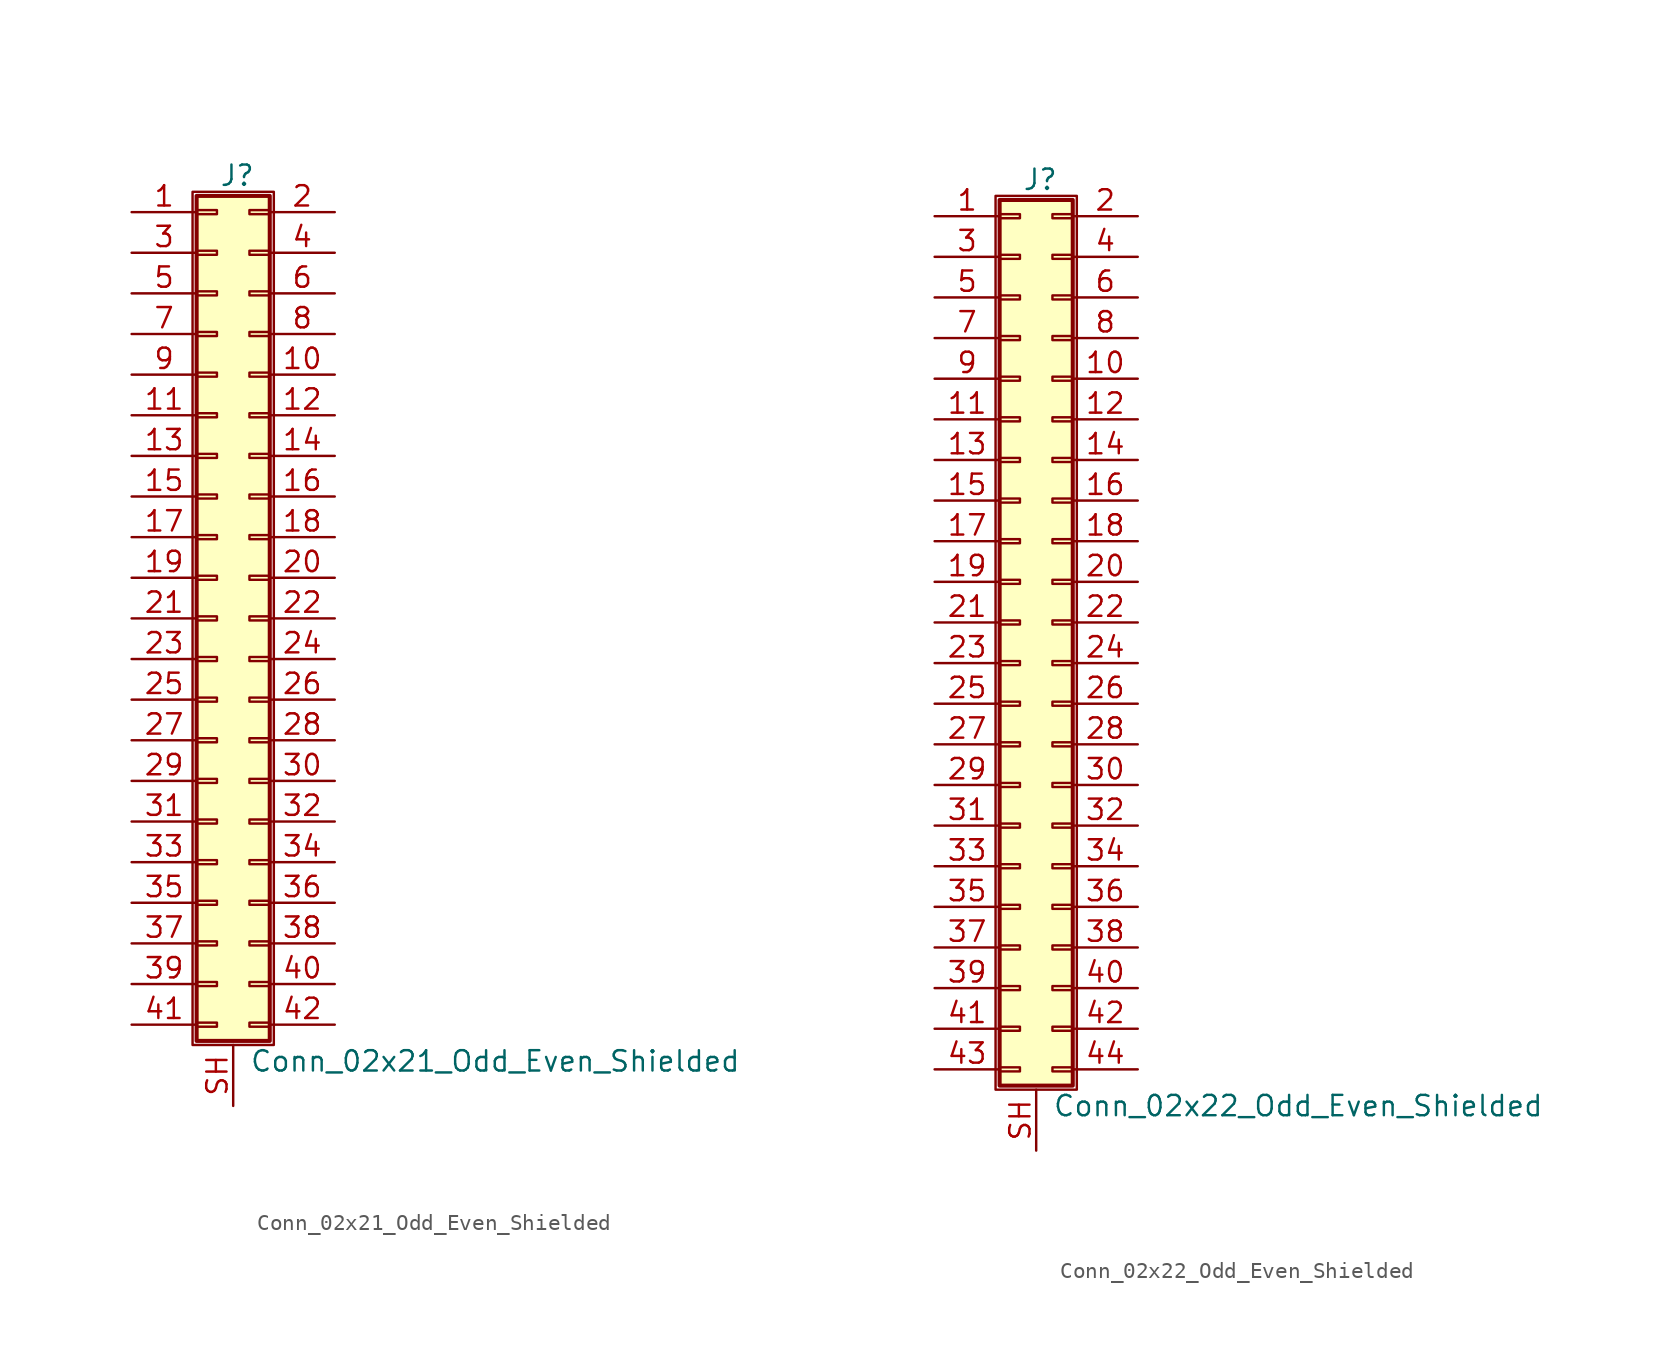
<source format=kicad_sym>
(kicad_symbol_lib
  (version 20201005)
  (generator kicad_symbol_editor)
  (symbol "Conn_02x21_Odd_Even_Shielded"
    (pin_names
      (offset 1.016) hide)
    (property "Reference" "J"
      (at 1.524 27.686 0)
      (effects (font (size 1.27 1.27))))
    (property "Value" "Conn_02x21_Odd_Even_Shielded"
      (at 2.286 -27.686 0)
      (effects (font (size 1.27 1.27)) (justify left)))
    (symbol "Conn_02x21_Odd_Even_Shielded_1_1"
      (rectangle (start -1.27 26.67) (end 3.81 -26.67) (stroke (width 0.152)) (fill (type none)))
      (rectangle (start -1.016 -25.273) (end 0.254 -25.527) (stroke (width 0.152)) (fill (type none)))
      (rectangle (start -1.016 -22.733) (end 0.254 -22.987) (stroke (width 0.152)) (fill (type none)))
      (rectangle (start -1.016 -20.193) (end 0.254 -20.447) (stroke (width 0.152)) (fill (type none)))
      (rectangle (start -1.016 -17.653) (end 0.254 -17.907) (stroke (width 0.152)) (fill (type none)))
      (rectangle (start -1.016 -15.113) (end 0.254 -15.367) (stroke (width 0.152)) (fill (type none)))
      (rectangle (start -1.016 -12.573) (end 0.254 -12.827) (stroke (width 0.152)) (fill (type none)))
      (rectangle (start -1.016 -10.033) (end 0.254 -10.287) (stroke (width 0.152)) (fill (type none)))
      (rectangle (start -1.016 -7.493) (end 0.254 -7.747) (stroke (width 0.152)) (fill (type none)))
      (rectangle (start -1.016 -4.953) (end 0.254 -5.207) (stroke (width 0.152)) (fill (type none)))
      (rectangle (start -1.016 -2.413) (end 0.254 -2.667) (stroke (width 0.152)) (fill (type none)))
      (rectangle (start -1.016 0.127) (end 0.254 -0.127) (stroke (width 0.152)) (fill (type none)))
      (rectangle (start -1.016 2.667) (end 0.254 2.413) (stroke (width 0.152)) (fill (type none)))
      (rectangle (start -1.016 5.207) (end 0.254 4.953) (stroke (width 0.152)) (fill (type none)))
      (rectangle (start -1.016 7.747) (end 0.254 7.493) (stroke (width 0.152)) (fill (type none)))
      (rectangle (start -1.016 10.287) (end 0.254 10.033) (stroke (width 0.152)) (fill (type none)))
      (rectangle (start -1.016 12.827) (end 0.254 12.573) (stroke (width 0.152)) (fill (type none)))
      (rectangle (start -1.016 15.367) (end 0.254 15.113) (stroke (width 0.152)) (fill (type none)))
      (rectangle (start -1.016 17.907) (end 0.254 17.653) (stroke (width 0.152)) (fill (type none)))
      (rectangle (start -1.016 20.447) (end 0.254 20.193) (stroke (width 0.152)) (fill (type none)))
      (rectangle (start -1.016 22.987) (end 0.254 22.733) (stroke (width 0.152)) (fill (type none)))
      (rectangle (start -1.016 25.527) (end 0.254 25.273) (stroke (width 0.152)) (fill (type none)))
      (rectangle (start 3.556 -25.273) (end 2.286 -25.527) (stroke (width 0.152)) (fill (type none)))
      (rectangle (start 3.556 -22.733) (end 2.286 -22.987) (stroke (width 0.152)) (fill (type none)))
      (rectangle (start 3.556 -20.193) (end 2.286 -20.447) (stroke (width 0.152)) (fill (type none)))
      (rectangle (start 3.556 -17.653) (end 2.286 -17.907) (stroke (width 0.152)) (fill (type none)))
      (rectangle (start 3.556 -15.113) (end 2.286 -15.367) (stroke (width 0.152)) (fill (type none)))
      (rectangle (start 3.556 -12.573) (end 2.286 -12.827) (stroke (width 0.152)) (fill (type none)))
      (rectangle (start 3.556 -10.033) (end 2.286 -10.287) (stroke (width 0.152)) (fill (type none)))
      (rectangle (start 3.556 -7.493) (end 2.286 -7.747) (stroke (width 0.152)) (fill (type none)))
      (rectangle (start 3.556 -4.953) (end 2.286 -5.207) (stroke (width 0.152)) (fill (type none)))
      (rectangle (start 3.556 -2.413) (end 2.286 -2.667) (stroke (width 0.152)) (fill (type none)))
      (rectangle (start 3.556 0.127) (end 2.286 -0.127) (stroke (width 0.152)) (fill (type none)))
      (rectangle (start 3.556 2.667) (end 2.286 2.413) (stroke (width 0.152)) (fill (type none)))
      (rectangle (start 3.556 5.207) (end 2.286 4.953) (stroke (width 0.152)) (fill (type none)))
      (rectangle (start 3.556 7.747) (end 2.286 7.493) (stroke (width 0.152)) (fill (type none)))
      (rectangle (start 3.556 10.287) (end 2.286 10.033) (stroke (width 0.152)) (fill (type none)))
      (rectangle (start 3.556 12.827) (end 2.286 12.573) (stroke (width 0.152)) (fill (type none)))
      (rectangle (start 3.556 15.367) (end 2.286 15.113) (stroke (width 0.152)) (fill (type none)))
      (rectangle (start 3.556 17.907) (end 2.286 17.653) (stroke (width 0.152)) (fill (type none)))
      (rectangle (start 3.556 20.447) (end 2.286 20.193) (stroke (width 0.152)) (fill (type none)))
      (rectangle (start 3.556 22.987) (end 2.286 22.733) (stroke (width 0.152)) (fill (type none)))
      (rectangle (start 3.556 25.527) (end 2.286 25.273) (stroke (width 0.152)) (fill (type none)))
      (rectangle (start -1.016 26.416) (end 3.556 -26.416) (stroke (width 0.254)) (fill (type background)))
      (pin passive line (at -5.08 25.4 0) (length 4.064) (name "Pin_1" (effects (font (size 1.27 1.27)))) (number "1" (effects (font (size 1.27 1.27)))))
      (pin passive line (at 7.62 15.24 180) (length 4.064) (name "Pin_10" (effects (font (size 1.27 1.27)))) (number "10" (effects (font (size 1.27 1.27)))))
      (pin passive line (at -5.08 12.7 0) (length 4.064) (name "Pin_11" (effects (font (size 1.27 1.27)))) (number "11" (effects (font (size 1.27 1.27)))))
      (pin passive line (at 7.62 12.7 180) (length 4.064) (name "Pin_12" (effects (font (size 1.27 1.27)))) (number "12" (effects (font (size 1.27 1.27)))))
      (pin passive line (at -5.08 10.16 0) (length 4.064) (name "Pin_13" (effects (font (size 1.27 1.27)))) (number "13" (effects (font (size 1.27 1.27)))))
      (pin passive line (at 7.62 10.16 180) (length 4.064) (name "Pin_14" (effects (font (size 1.27 1.27)))) (number "14" (effects (font (size 1.27 1.27)))))
      (pin passive line (at -5.08 7.62 0) (length 4.064) (name "Pin_15" (effects (font (size 1.27 1.27)))) (number "15" (effects (font (size 1.27 1.27)))))
      (pin passive line (at 7.62 7.62 180) (length 4.064) (name "Pin_16" (effects (font (size 1.27 1.27)))) (number "16" (effects (font (size 1.27 1.27)))))
      (pin passive line (at -5.08 5.08 0) (length 4.064) (name "Pin_17" (effects (font (size 1.27 1.27)))) (number "17" (effects (font (size 1.27 1.27)))))
      (pin passive line (at 7.62 5.08 180) (length 4.064) (name "Pin_18" (effects (font (size 1.27 1.27)))) (number "18" (effects (font (size 1.27 1.27)))))
      (pin passive line (at -5.08 2.54 0) (length 4.064) (name "Pin_19" (effects (font (size 1.27 1.27)))) (number "19" (effects (font (size 1.27 1.27)))))
      (pin passive line (at 7.62 25.4 180) (length 4.064) (name "Pin_2" (effects (font (size 1.27 1.27)))) (number "2" (effects (font (size 1.27 1.27)))))
      (pin passive line (at 7.62 2.54 180) (length 4.064) (name "Pin_20" (effects (font (size 1.27 1.27)))) (number "20" (effects (font (size 1.27 1.27)))))
      (pin passive line (at -5.08 0 0) (length 4.064) (name "Pin_21" (effects (font (size 1.27 1.27)))) (number "21" (effects (font (size 1.27 1.27)))))
      (pin passive line (at 7.62 0 180) (length 4.064) (name "Pin_22" (effects (font (size 1.27 1.27)))) (number "22" (effects (font (size 1.27 1.27)))))
      (pin passive line (at -5.08 -2.54 0) (length 4.064) (name "Pin_23" (effects (font (size 1.27 1.27)))) (number "23" (effects (font (size 1.27 1.27)))))
      (pin passive line (at 7.62 -2.54 180) (length 4.064) (name "Pin_24" (effects (font (size 1.27 1.27)))) (number "24" (effects (font (size 1.27 1.27)))))
      (pin passive line (at -5.08 -5.08 0) (length 4.064) (name "Pin_25" (effects (font (size 1.27 1.27)))) (number "25" (effects (font (size 1.27 1.27)))))
      (pin passive line (at 7.62 -5.08 180) (length 4.064) (name "Pin_26" (effects (font (size 1.27 1.27)))) (number "26" (effects (font (size 1.27 1.27)))))
      (pin passive line (at -5.08 -7.62 0) (length 4.064) (name "Pin_27" (effects (font (size 1.27 1.27)))) (number "27" (effects (font (size 1.27 1.27)))))
      (pin passive line (at 7.62 -7.62 180) (length 4.064) (name "Pin_28" (effects (font (size 1.27 1.27)))) (number "28" (effects (font (size 1.27 1.27)))))
      (pin passive line (at -5.08 -10.16 0) (length 4.064) (name "Pin_29" (effects (font (size 1.27 1.27)))) (number "29" (effects (font (size 1.27 1.27)))))
      (pin passive line (at -5.08 22.86 0) (length 4.064) (name "Pin_3" (effects (font (size 1.27 1.27)))) (number "3" (effects (font (size 1.27 1.27)))))
      (pin passive line (at 7.62 -10.16 180) (length 4.064) (name "Pin_30" (effects (font (size 1.27 1.27)))) (number "30" (effects (font (size 1.27 1.27)))))
      (pin passive line (at -5.08 -12.7 0) (length 4.064) (name "Pin_31" (effects (font (size 1.27 1.27)))) (number "31" (effects (font (size 1.27 1.27)))))
      (pin passive line (at 7.62 -12.7 180) (length 4.064) (name "Pin_32" (effects (font (size 1.27 1.27)))) (number "32" (effects (font (size 1.27 1.27)))))
      (pin passive line (at -5.08 -15.24 0) (length 4.064) (name "Pin_33" (effects (font (size 1.27 1.27)))) (number "33" (effects (font (size 1.27 1.27)))))
      (pin passive line (at 7.62 -15.24 180) (length 4.064) (name "Pin_34" (effects (font (size 1.27 1.27)))) (number "34" (effects (font (size 1.27 1.27)))))
      (pin passive line (at -5.08 -17.78 0) (length 4.064) (name "Pin_35" (effects (font (size 1.27 1.27)))) (number "35" (effects (font (size 1.27 1.27)))))
      (pin passive line (at 7.62 -17.78 180) (length 4.064) (name "Pin_36" (effects (font (size 1.27 1.27)))) (number "36" (effects (font (size 1.27 1.27)))))
      (pin passive line (at -5.08 -20.32 0) (length 4.064) (name "Pin_37" (effects (font (size 1.27 1.27)))) (number "37" (effects (font (size 1.27 1.27)))))
      (pin passive line (at 7.62 -20.32 180) (length 4.064) (name "Pin_38" (effects (font (size 1.27 1.27)))) (number "38" (effects (font (size 1.27 1.27)))))
      (pin passive line (at -5.08 -22.86 0) (length 4.064) (name "Pin_39" (effects (font (size 1.27 1.27)))) (number "39" (effects (font (size 1.27 1.27)))))
      (pin passive line (at 7.62 22.86 180) (length 4.064) (name "Pin_4" (effects (font (size 1.27 1.27)))) (number "4" (effects (font (size 1.27 1.27)))))
      (pin passive line (at 7.62 -22.86 180) (length 4.064) (name "Pin_40" (effects (font (size 1.27 1.27)))) (number "40" (effects (font (size 1.27 1.27)))))
      (pin passive line (at -5.08 -25.4 0) (length 4.064) (name "Pin_41" (effects (font (size 1.27 1.27)))) (number "41" (effects (font (size 1.27 1.27)))))
      (pin passive line (at 7.62 -25.4 180) (length 4.064) (name "Pin_42" (effects (font (size 1.27 1.27)))) (number "42" (effects (font (size 1.27 1.27)))))
      (pin passive line (at -5.08 20.32 0) (length 4.064) (name "Pin_5" (effects (font (size 1.27 1.27)))) (number "5" (effects (font (size 1.27 1.27)))))
      (pin passive line (at 7.62 20.32 180) (length 4.064) (name "Pin_6" (effects (font (size 1.27 1.27)))) (number "6" (effects (font (size 1.27 1.27)))))
      (pin passive line (at -5.08 17.78 0) (length 4.064) (name "Pin_7" (effects (font (size 1.27 1.27)))) (number "7" (effects (font (size 1.27 1.27)))))
      (pin passive line (at 7.62 17.78 180) (length 4.064) (name "Pin_8" (effects (font (size 1.27 1.27)))) (number "8" (effects (font (size 1.27 1.27)))))
      (pin passive line (at -5.08 15.24 0) (length 4.064) (name "Pin_9" (effects (font (size 1.27 1.27)))) (number "9" (effects (font (size 1.27 1.27)))))
      (pin passive line (at 1.27 -30.48 90) (length 3.81) (name "Shield" (effects (font (size 1.27 1.27)))) (number "SH" (effects (font (size 1.27 1.27)))))))
  (symbol "Conn_02x22_Odd_Even_Shielded"
    (pin_names
      (offset 1.016) hide)
    (property "Reference" "J"
      (at 1.524 27.686 0)
      (effects (font (size 1.27 1.27))))
    (property "Value" "Conn_02x22_Odd_Even_Shielded"
      (at 2.286 -30.226 0)
      (effects (font (size 1.27 1.27)) (justify left)))
    (symbol "Conn_02x22_Odd_Even_Shielded_1_1"
      (rectangle (start -1.27 26.67) (end 3.81 -29.21) (stroke (width 0.152)) (fill (type none)))
      (rectangle (start -1.016 -27.813) (end 0.254 -28.067) (stroke (width 0.152)) (fill (type none)))
      (rectangle (start -1.016 -25.273) (end 0.254 -25.527) (stroke (width 0.152)) (fill (type none)))
      (rectangle (start -1.016 -22.733) (end 0.254 -22.987) (stroke (width 0.152)) (fill (type none)))
      (rectangle (start -1.016 -20.193) (end 0.254 -20.447) (stroke (width 0.152)) (fill (type none)))
      (rectangle (start -1.016 -17.653) (end 0.254 -17.907) (stroke (width 0.152)) (fill (type none)))
      (rectangle (start -1.016 -15.113) (end 0.254 -15.367) (stroke (width 0.152)) (fill (type none)))
      (rectangle (start -1.016 -12.573) (end 0.254 -12.827) (stroke (width 0.152)) (fill (type none)))
      (rectangle (start -1.016 -10.033) (end 0.254 -10.287) (stroke (width 0.152)) (fill (type none)))
      (rectangle (start -1.016 -7.493) (end 0.254 -7.747) (stroke (width 0.152)) (fill (type none)))
      (rectangle (start -1.016 -4.953) (end 0.254 -5.207) (stroke (width 0.152)) (fill (type none)))
      (rectangle (start -1.016 -2.413) (end 0.254 -2.667) (stroke (width 0.152)) (fill (type none)))
      (rectangle (start -1.016 0.127) (end 0.254 -0.127) (stroke (width 0.152)) (fill (type none)))
      (rectangle (start -1.016 2.667) (end 0.254 2.413) (stroke (width 0.152)) (fill (type none)))
      (rectangle (start -1.016 5.207) (end 0.254 4.953) (stroke (width 0.152)) (fill (type none)))
      (rectangle (start -1.016 7.747) (end 0.254 7.493) (stroke (width 0.152)) (fill (type none)))
      (rectangle (start -1.016 10.287) (end 0.254 10.033) (stroke (width 0.152)) (fill (type none)))
      (rectangle (start -1.016 12.827) (end 0.254 12.573) (stroke (width 0.152)) (fill (type none)))
      (rectangle (start -1.016 15.367) (end 0.254 15.113) (stroke (width 0.152)) (fill (type none)))
      (rectangle (start -1.016 17.907) (end 0.254 17.653) (stroke (width 0.152)) (fill (type none)))
      (rectangle (start -1.016 20.447) (end 0.254 20.193) (stroke (width 0.152)) (fill (type none)))
      (rectangle (start -1.016 22.987) (end 0.254 22.733) (stroke (width 0.152)) (fill (type none)))
      (rectangle (start -1.016 25.527) (end 0.254 25.273) (stroke (width 0.152)) (fill (type none)))
      (rectangle (start 3.556 -27.813) (end 2.286 -28.067) (stroke (width 0.152)) (fill (type none)))
      (rectangle (start 3.556 -25.273) (end 2.286 -25.527) (stroke (width 0.152)) (fill (type none)))
      (rectangle (start 3.556 -22.733) (end 2.286 -22.987) (stroke (width 0.152)) (fill (type none)))
      (rectangle (start 3.556 -20.193) (end 2.286 -20.447) (stroke (width 0.152)) (fill (type none)))
      (rectangle (start 3.556 -17.653) (end 2.286 -17.907) (stroke (width 0.152)) (fill (type none)))
      (rectangle (start 3.556 -15.113) (end 2.286 -15.367) (stroke (width 0.152)) (fill (type none)))
      (rectangle (start 3.556 -12.573) (end 2.286 -12.827) (stroke (width 0.152)) (fill (type none)))
      (rectangle (start 3.556 -10.033) (end 2.286 -10.287) (stroke (width 0.152)) (fill (type none)))
      (rectangle (start 3.556 -7.493) (end 2.286 -7.747) (stroke (width 0.152)) (fill (type none)))
      (rectangle (start 3.556 -4.953) (end 2.286 -5.207) (stroke (width 0.152)) (fill (type none)))
      (rectangle (start 3.556 -2.413) (end 2.286 -2.667) (stroke (width 0.152)) (fill (type none)))
      (rectangle (start 3.556 0.127) (end 2.286 -0.127) (stroke (width 0.152)) (fill (type none)))
      (rectangle (start 3.556 2.667) (end 2.286 2.413) (stroke (width 0.152)) (fill (type none)))
      (rectangle (start 3.556 5.207) (end 2.286 4.953) (stroke (width 0.152)) (fill (type none)))
      (rectangle (start 3.556 7.747) (end 2.286 7.493) (stroke (width 0.152)) (fill (type none)))
      (rectangle (start 3.556 10.287) (end 2.286 10.033) (stroke (width 0.152)) (fill (type none)))
      (rectangle (start 3.556 12.827) (end 2.286 12.573) (stroke (width 0.152)) (fill (type none)))
      (rectangle (start 3.556 15.367) (end 2.286 15.113) (stroke (width 0.152)) (fill (type none)))
      (rectangle (start 3.556 17.907) (end 2.286 17.653) (stroke (width 0.152)) (fill (type none)))
      (rectangle (start 3.556 20.447) (end 2.286 20.193) (stroke (width 0.152)) (fill (type none)))
      (rectangle (start 3.556 22.987) (end 2.286 22.733) (stroke (width 0.152)) (fill (type none)))
      (rectangle (start 3.556 25.527) (end 2.286 25.273) (stroke (width 0.152)) (fill (type none)))
      (rectangle (start -1.016 26.416) (end 3.556 -28.956) (stroke (width 0.254)) (fill (type background)))
      (pin passive line (at -5.08 25.4 0) (length 4.064) (name "Pin_1" (effects (font (size 1.27 1.27)))) (number "1" (effects (font (size 1.27 1.27)))))
      (pin passive line (at 7.62 15.24 180) (length 4.064) (name "Pin_10" (effects (font (size 1.27 1.27)))) (number "10" (effects (font (size 1.27 1.27)))))
      (pin passive line (at -5.08 12.7 0) (length 4.064) (name "Pin_11" (effects (font (size 1.27 1.27)))) (number "11" (effects (font (size 1.27 1.27)))))
      (pin passive line (at 7.62 12.7 180) (length 4.064) (name "Pin_12" (effects (font (size 1.27 1.27)))) (number "12" (effects (font (size 1.27 1.27)))))
      (pin passive line (at -5.08 10.16 0) (length 4.064) (name "Pin_13" (effects (font (size 1.27 1.27)))) (number "13" (effects (font (size 1.27 1.27)))))
      (pin passive line (at 7.62 10.16 180) (length 4.064) (name "Pin_14" (effects (font (size 1.27 1.27)))) (number "14" (effects (font (size 1.27 1.27)))))
      (pin passive line (at -5.08 7.62 0) (length 4.064) (name "Pin_15" (effects (font (size 1.27 1.27)))) (number "15" (effects (font (size 1.27 1.27)))))
      (pin passive line (at 7.62 7.62 180) (length 4.064) (name "Pin_16" (effects (font (size 1.27 1.27)))) (number "16" (effects (font (size 1.27 1.27)))))
      (pin passive line (at -5.08 5.08 0) (length 4.064) (name "Pin_17" (effects (font (size 1.27 1.27)))) (number "17" (effects (font (size 1.27 1.27)))))
      (pin passive line (at 7.62 5.08 180) (length 4.064) (name "Pin_18" (effects (font (size 1.27 1.27)))) (number "18" (effects (font (size 1.27 1.27)))))
      (pin passive line (at -5.08 2.54 0) (length 4.064) (name "Pin_19" (effects (font (size 1.27 1.27)))) (number "19" (effects (font (size 1.27 1.27)))))
      (pin passive line (at 7.62 25.4 180) (length 4.064) (name "Pin_2" (effects (font (size 1.27 1.27)))) (number "2" (effects (font (size 1.27 1.27)))))
      (pin passive line (at 7.62 2.54 180) (length 4.064) (name "Pin_20" (effects (font (size 1.27 1.27)))) (number "20" (effects (font (size 1.27 1.27)))))
      (pin passive line (at -5.08 0 0) (length 4.064) (name "Pin_21" (effects (font (size 1.27 1.27)))) (number "21" (effects (font (size 1.27 1.27)))))
      (pin passive line (at 7.62 0 180) (length 4.064) (name "Pin_22" (effects (font (size 1.27 1.27)))) (number "22" (effects (font (size 1.27 1.27)))))
      (pin passive line (at -5.08 -2.54 0) (length 4.064) (name "Pin_23" (effects (font (size 1.27 1.27)))) (number "23" (effects (font (size 1.27 1.27)))))
      (pin passive line (at 7.62 -2.54 180) (length 4.064) (name "Pin_24" (effects (font (size 1.27 1.27)))) (number "24" (effects (font (size 1.27 1.27)))))
      (pin passive line (at -5.08 -5.08 0) (length 4.064) (name "Pin_25" (effects (font (size 1.27 1.27)))) (number "25" (effects (font (size 1.27 1.27)))))
      (pin passive line (at 7.62 -5.08 180) (length 4.064) (name "Pin_26" (effects (font (size 1.27 1.27)))) (number "26" (effects (font (size 1.27 1.27)))))
      (pin passive line (at -5.08 -7.62 0) (length 4.064) (name "Pin_27" (effects (font (size 1.27 1.27)))) (number "27" (effects (font (size 1.27 1.27)))))
      (pin passive line (at 7.62 -7.62 180) (length 4.064) (name "Pin_28" (effects (font (size 1.27 1.27)))) (number "28" (effects (font (size 1.27 1.27)))))
      (pin passive line (at -5.08 -10.16 0) (length 4.064) (name "Pin_29" (effects (font (size 1.27 1.27)))) (number "29" (effects (font (size 1.27 1.27)))))
      (pin passive line (at -5.08 22.86 0) (length 4.064) (name "Pin_3" (effects (font (size 1.27 1.27)))) (number "3" (effects (font (size 1.27 1.27)))))
      (pin passive line (at 7.62 -10.16 180) (length 4.064) (name "Pin_30" (effects (font (size 1.27 1.27)))) (number "30" (effects (font (size 1.27 1.27)))))
      (pin passive line (at -5.08 -12.7 0) (length 4.064) (name "Pin_31" (effects (font (size 1.27 1.27)))) (number "31" (effects (font (size 1.27 1.27)))))
      (pin passive line (at 7.62 -12.7 180) (length 4.064) (name "Pin_32" (effects (font (size 1.27 1.27)))) (number "32" (effects (font (size 1.27 1.27)))))
      (pin passive line (at -5.08 -15.24 0) (length 4.064) (name "Pin_33" (effects (font (size 1.27 1.27)))) (number "33" (effects (font (size 1.27 1.27)))))
      (pin passive line (at 7.62 -15.24 180) (length 4.064) (name "Pin_34" (effects (font (size 1.27 1.27)))) (number "34" (effects (font (size 1.27 1.27)))))
      (pin passive line (at -5.08 -17.78 0) (length 4.064) (name "Pin_35" (effects (font (size 1.27 1.27)))) (number "35" (effects (font (size 1.27 1.27)))))
      (pin passive line (at 7.62 -17.78 180) (length 4.064) (name "Pin_36" (effects (font (size 1.27 1.27)))) (number "36" (effects (font (size 1.27 1.27)))))
      (pin passive line (at -5.08 -20.32 0) (length 4.064) (name "Pin_37" (effects (font (size 1.27 1.27)))) (number "37" (effects (font (size 1.27 1.27)))))
      (pin passive line (at 7.62 -20.32 180) (length 4.064) (name "Pin_38" (effects (font (size 1.27 1.27)))) (number "38" (effects (font (size 1.27 1.27)))))
      (pin passive line (at -5.08 -22.86 0) (length 4.064) (name "Pin_39" (effects (font (size 1.27 1.27)))) (number "39" (effects (font (size 1.27 1.27)))))
      (pin passive line (at 7.62 22.86 180) (length 4.064) (name "Pin_4" (effects (font (size 1.27 1.27)))) (number "4" (effects (font (size 1.27 1.27)))))
      (pin passive line (at 7.62 -22.86 180) (length 4.064) (name "Pin_40" (effects (font (size 1.27 1.27)))) (number "40" (effects (font (size 1.27 1.27)))))
      (pin passive line (at -5.08 -25.4 0) (length 4.064) (name "Pin_41" (effects (font (size 1.27 1.27)))) (number "41" (effects (font (size 1.27 1.27)))))
      (pin passive line (at 7.62 -25.4 180) (length 4.064) (name "Pin_42" (effects (font (size 1.27 1.27)))) (number "42" (effects (font (size 1.27 1.27)))))
      (pin passive line (at -5.08 -27.94 0) (length 4.064) (name "Pin_43" (effects (font (size 1.27 1.27)))) (number "43" (effects (font (size 1.27 1.27)))))
      (pin passive line (at 7.62 -27.94 180) (length 4.064) (name "Pin_44" (effects (font (size 1.27 1.27)))) (number "44" (effects (font (size 1.27 1.27)))))
      (pin passive line (at -5.08 20.32 0) (length 4.064) (name "Pin_5" (effects (font (size 1.27 1.27)))) (number "5" (effects (font (size 1.27 1.27)))))
      (pin passive line (at 7.62 20.32 180) (length 4.064) (name "Pin_6" (effects (font (size 1.27 1.27)))) (number "6" (effects (font (size 1.27 1.27)))))
      (pin passive line (at -5.08 17.78 0) (length 4.064) (name "Pin_7" (effects (font (size 1.27 1.27)))) (number "7" (effects (font (size 1.27 1.27)))))
      (pin passive line (at 7.62 17.78 180) (length 4.064) (name "Pin_8" (effects (font (size 1.27 1.27)))) (number "8" (effects (font (size 1.27 1.27)))))
      (pin passive line (at -5.08 15.24 0) (length 4.064) (name "Pin_9" (effects (font (size 1.27 1.27)))) (number "9" (effects (font (size 1.27 1.27)))))
      (pin passive line (at 1.27 -33.02 90) (length 3.81) (name "Shield" (effects (font (size 1.27 1.27)))) (number "SH" (effects (font (size 1.27 1.27))))))))
</source>
